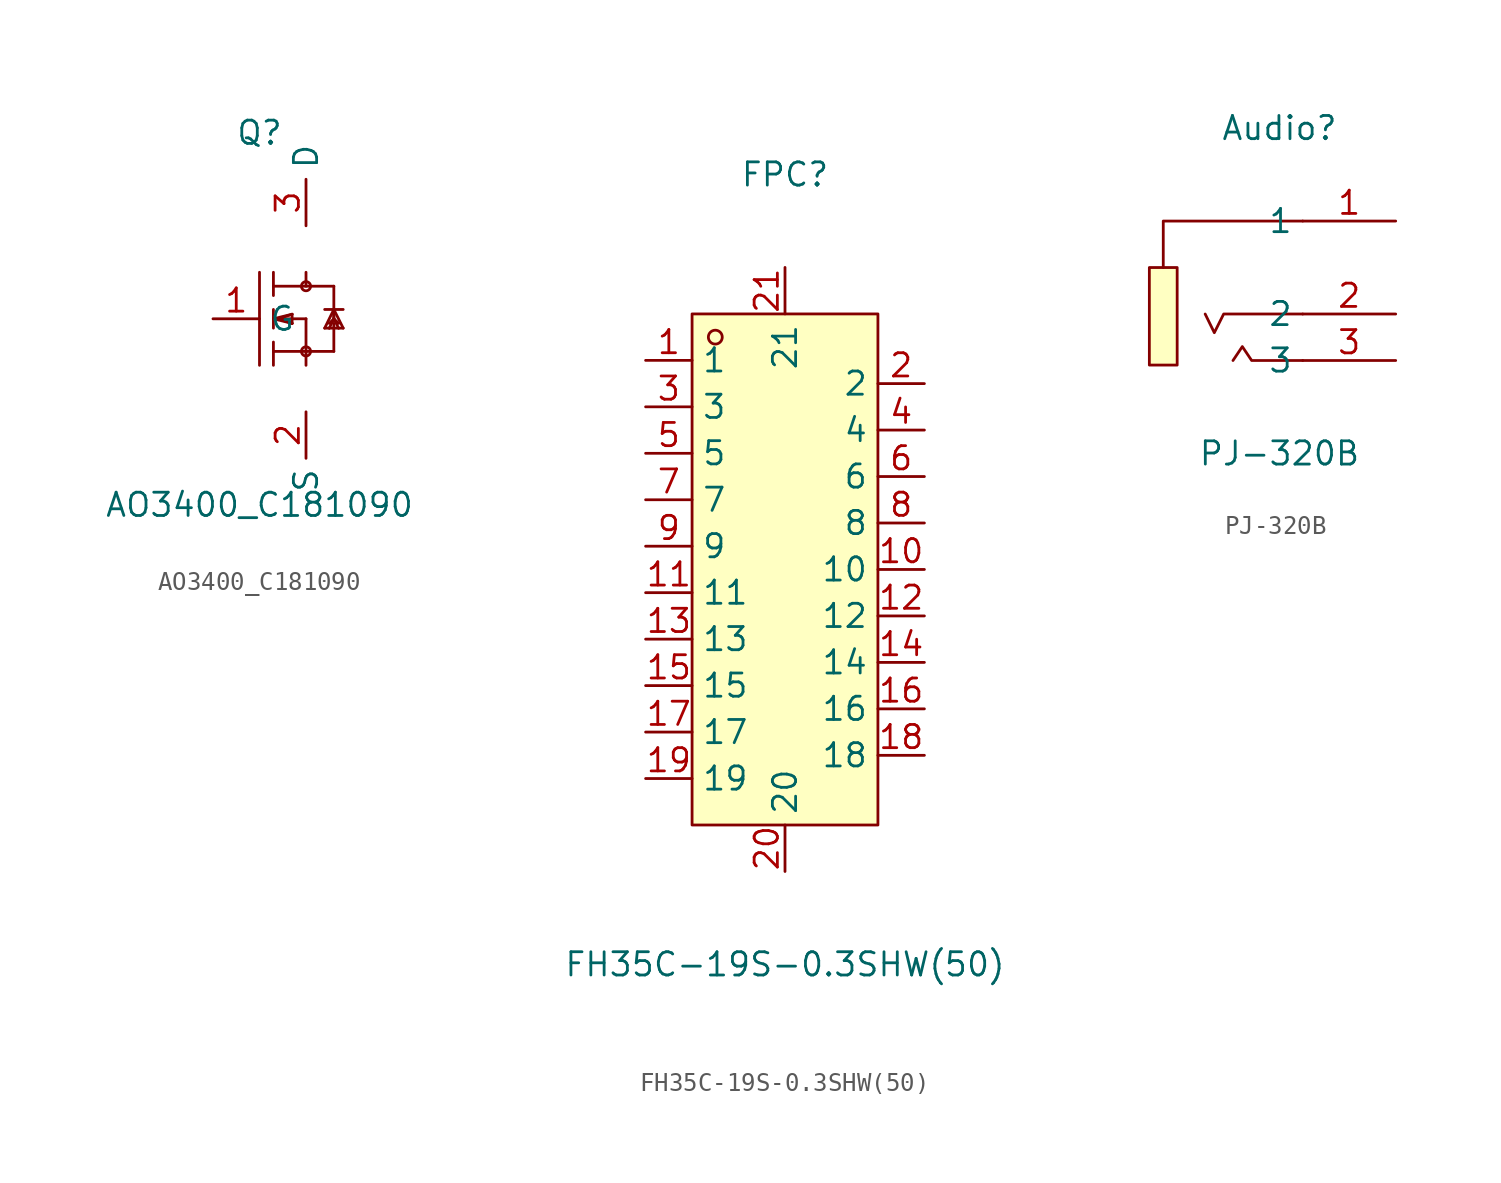
<source format=kicad_sym>
(kicad_symbol_lib
  (version 20211014)
  (generator https://github.com/uPesy/easyeda2kicad.py)
  (symbol "AO3400_C181090"
    (property "Reference" "Q"
      (at 0 10.16 0)
      (effects (font (size 1.27 1.27))))
    (property "Value" "AO3400_C181090"
      (at 0 -10.16 0)
      (effects (font (size 1.27 1.27))))
    (symbol "AO3400_C181090_0_1"
      (circle (center 2.54 1.78) (radius 0.25) (stroke (width 0) (type default) (color 0 0 0 0)) (fill (type none)))
      (circle (center 2.54 -1.78) (radius 0.25) (stroke (width 0) (type default) (color 0 0 0 0)) (fill (type none)))
      (polyline (pts (xy 2.54 2.54) (xy 2.54 1.78)) (stroke (width 0) (type default) (color 0 0 0 0)) (fill (type none)))
      (polyline (pts (xy 2.54 -1.78) (xy 2.54 -2.54)) (stroke (width 0) (type default) (color 0 0 0 0)) (fill (type none)))
      (polyline (pts (xy 4.06 1.78) (xy 4.06 -0.00)) (stroke (width 0) (type default) (color 0 0 0 0)) (fill (type none)))
      (polyline (pts (xy 4.06 -0.25) (xy 4.06 -1.78)) (stroke (width 0) (type default) (color 0 0 0 0)) (fill (type none)))
      (polyline (pts (xy 4.06 -1.78) (xy 2.54 -1.78)) (stroke (width 0) (type default) (color 0 0 0 0)) (fill (type none)))
      (polyline (pts (xy 0.76 2.54) (xy 0.76 1.78)) (stroke (width 0) (type default) (color 0 0 0 0)) (fill (type none)))
      (polyline (pts (xy 0.76 1.78) (xy 0.76 1.27)) (stroke (width 0) (type default) (color 0 0 0 0)) (fill (type none)))
      (polyline (pts (xy 0.76 0.51) (xy 0.76 -0.00)) (stroke (width 0) (type default) (color 0 0 0 0)) (fill (type none)))
      (polyline (pts (xy 0.76 -0.00) (xy 0.76 -0.51)) (stroke (width 0) (type default) (color 0 0 0 0)) (fill (type none)))
      (polyline (pts (xy 0.76 -2.54) (xy 0.76 -1.78)) (stroke (width 0) (type default) (color 0 0 0 0)) (fill (type none)))
      (polyline (pts (xy 0.76 -1.78) (xy 0.76 -1.27)) (stroke (width 0) (type default) (color 0 0 0 0)) (fill (type none)))
      (polyline (pts (xy 0.00 2.54) (xy 0.00 -2.54)) (stroke (width 0) (type default) (color 0 0 0 0)) (fill (type none)))
      (polyline (pts (xy 1.02 -0.00) (xy 2.54 -0.00)) (stroke (width 0) (type default) (color 0 0 0 0)) (fill (type none)))
      (polyline (pts (xy 2.54 -0.00) (xy 2.54 -1.78)) (stroke (width 0) (type default) (color 0 0 0 0)) (fill (type none)))
      (polyline (pts (xy 0.76 1.78) (xy 4.06 1.78) (xy 4.06 1.78)) (stroke (width 0) (type default) (color 0 0 0 0)) (fill (type none)))
      (polyline (pts (xy 0.76 -1.78) (xy 2.54 -1.78)) (stroke (width 0) (type default) (color 0 0 0 0)) (fill (type none)))
      (polyline (pts (xy 1.02 -0.00) (xy 0.76 -0.00)) (stroke (width 0) (type default) (color 0 0 0 0)) (fill (type none)))
      (polyline (pts (xy 0.76 -0.00) (xy 1.78 -0.25)) (stroke (width 0) (type default) (color 0 0 0 0)) (fill (type none)))
      (polyline (pts (xy 0.76 -0.00) (xy 1.78 0.25)) (stroke (width 0) (type default) (color 0 0 0 0)) (fill (type none)))
      (polyline (pts (xy 1.78 -0.25) (xy 1.78 0.25)) (stroke (width 0) (type default) (color 0 0 0 0)) (fill (type none)))
      (polyline (pts (xy 1.78 0.25) (xy 1.02 -0.00)) (stroke (width 0) (type default) (color 0 0 0 0)) (fill (type none)))
      (polyline (pts (xy 1.02 -0.00) (xy 1.78 -0.25)) (stroke (width 0) (type default) (color 0 0 0 0)) (fill (type none)))
      (polyline (pts (xy 1.78 -0.25) (xy 1.27 -0.00)) (stroke (width 0) (type default) (color 0 0 0 0)) (fill (type none)))
      (polyline (pts (xy 4.06 -0.00) (xy 4.06 0.51)) (stroke (width 0) (type default) (color 0 0 0 0)) (fill (type none)))
      (polyline (pts (xy 4.57 -0.51) (xy 4.32 -0.51)) (stroke (width 0) (type default) (color 0 0 0 0)) (fill (type none)))
      (polyline (pts (xy 4.32 -0.51) (xy 3.81 -0.51)) (stroke (width 0) (type default) (color 0 0 0 0)) (fill (type none)))
      (polyline (pts (xy 3.81 -0.51) (xy 3.56 -0.51)) (stroke (width 0) (type default) (color 0 0 0 0)) (fill (type none)))
      (polyline (pts (xy 4.06 0.51) (xy 4.57 -0.51)) (stroke (width 0) (type default) (color 0 0 0 0)) (fill (type none)))
      (polyline (pts (xy 4.57 0.51) (xy 4.06 0.51)) (stroke (width 0) (type default) (color 0 0 0 0)) (fill (type none)))
      (polyline (pts (xy 4.06 0.51) (xy 3.56 0.51)) (stroke (width 0) (type default) (color 0 0 0 0)) (fill (type none)))
      (polyline (pts (xy 4.32 -0.51) (xy 4.06 -0.00)) (stroke (width 0) (type default) (color 0 0 0 0)) (fill (type none)))
      (polyline (pts (xy 4.06 -0.00) (xy 3.81 -0.51)) (stroke (width 0) (type default) (color 0 0 0 0)) (fill (type none)))
      (polyline (pts (xy 4.32 -0.25) (xy 4.06 -0.00)) (stroke (width 0) (type default) (color 0 0 0 0)) (fill (type none)))
      (polyline (pts (xy 4.06 -0.00) (xy 3.81 -0.25)) (stroke (width 0) (type default) (color 0 0 0 0)) (fill (type none)))
      (polyline (pts (xy 3.56 -0.51) (xy 4.06 0.51)) (stroke (width 0) (type default) (color 0 0 0 0)) (fill (type none)))
      (pin unspecified line (at -2.54 -0.00 0) (length 2.54) (name "G" (effects (font (size 1.27 1.27)))) (number "1" (effects (font (size 1.27 1.27)))))
      (pin unspecified line (at 2.54 -5.08 270) (length 2.54) (name "S" (effects (font (size 1.27 1.27)))) (number "2" (effects (font (size 1.27 1.27)))))
      (pin unspecified line (at 2.54 5.08 90) (length 2.54) (name "D" (effects (font (size 1.27 1.27)))) (number "3" (effects (font (size 1.27 1.27)))))))
  (symbol "FH35C-19S-0.3SHW(50)"
    (property "Reference" "FPC"
      (at 0 21.59 0)
      (effects (font (size 1.27 1.27))))
    (property "Value" "FH35C-19S-0.3SHW(50)"
      (at 0 -21.59 0)
      (effects (font (size 1.27 1.27))))
    (symbol "FH35C-19S-0.3SHW(50)_0_1"
      (rectangle (start -5.08 13.97) (end 5.08 -13.97) (stroke (width 0) (type default) (color 0 0 0 0)) (fill (type background)))
      (circle (center -3.81 12.70) (radius 0.38) (stroke (width 0) (type default) (color 0 0 0 0)) (fill (type none)))
      (pin unspecified line (at -7.62 11.43 0) (length 2.54) (name "1" (effects (font (size 1.27 1.27)))) (number "1" (effects (font (size 1.27 1.27)))))
      (pin unspecified line (at 0.00 -16.51 90) (length 2.54) (name "20" (effects (font (size 1.27 1.27)))) (number "20" (effects (font (size 1.27 1.27)))))
      (pin unspecified line (at -7.62 8.89 0) (length 2.54) (name "3" (effects (font (size 1.27 1.27)))) (number "3" (effects (font (size 1.27 1.27)))))
      (pin unspecified line (at 7.62 -10.16 180) (length 2.54) (name "18" (effects (font (size 1.27 1.27)))) (number "18" (effects (font (size 1.27 1.27)))))
      (pin unspecified line (at -7.62 6.35 0) (length 2.54) (name "5" (effects (font (size 1.27 1.27)))) (number "5" (effects (font (size 1.27 1.27)))))
      (pin unspecified line (at 7.62 -7.62 180) (length 2.54) (name "16" (effects (font (size 1.27 1.27)))) (number "16" (effects (font (size 1.27 1.27)))))
      (pin unspecified line (at -7.62 3.81 0) (length 2.54) (name "7" (effects (font (size 1.27 1.27)))) (number "7" (effects (font (size 1.27 1.27)))))
      (pin unspecified line (at 7.62 -5.08 180) (length 2.54) (name "14" (effects (font (size 1.27 1.27)))) (number "14" (effects (font (size 1.27 1.27)))))
      (pin unspecified line (at -7.62 1.27 0) (length 2.54) (name "9" (effects (font (size 1.27 1.27)))) (number "9" (effects (font (size 1.27 1.27)))))
      (pin unspecified line (at 7.62 -2.54 180) (length 2.54) (name "12" (effects (font (size 1.27 1.27)))) (number "12" (effects (font (size 1.27 1.27)))))
      (pin unspecified line (at -7.62 -1.27 0) (length 2.54) (name "11" (effects (font (size 1.27 1.27)))) (number "11" (effects (font (size 1.27 1.27)))))
      (pin unspecified line (at 7.62 -0.00 180) (length 2.54) (name "10" (effects (font (size 1.27 1.27)))) (number "10" (effects (font (size 1.27 1.27)))))
      (pin unspecified line (at -7.62 -3.81 0) (length 2.54) (name "13" (effects (font (size 1.27 1.27)))) (number "13" (effects (font (size 1.27 1.27)))))
      (pin unspecified line (at 7.62 2.54 180) (length 2.54) (name "8" (effects (font (size 1.27 1.27)))) (number "8" (effects (font (size 1.27 1.27)))))
      (pin unspecified line (at -7.62 -6.35 0) (length 2.54) (name "15" (effects (font (size 1.27 1.27)))) (number "15" (effects (font (size 1.27 1.27)))))
      (pin unspecified line (at 7.62 5.08 180) (length 2.54) (name "6" (effects (font (size 1.27 1.27)))) (number "6" (effects (font (size 1.27 1.27)))))
      (pin unspecified line (at -7.62 -8.89 0) (length 2.54) (name "17" (effects (font (size 1.27 1.27)))) (number "17" (effects (font (size 1.27 1.27)))))
      (pin unspecified line (at 7.62 7.62 180) (length 2.54) (name "4" (effects (font (size 1.27 1.27)))) (number "4" (effects (font (size 1.27 1.27)))))
      (pin unspecified line (at -7.62 -11.43 0) (length 2.54) (name "19" (effects (font (size 1.27 1.27)))) (number "19" (effects (font (size 1.27 1.27)))))
      (pin unspecified line (at 7.62 10.16 180) (length 2.54) (name "2" (effects (font (size 1.27 1.27)))) (number "2" (effects (font (size 1.27 1.27)))))
      (pin unspecified line (at 0.00 16.51 270) (length 2.54) (name "21" (effects (font (size 1.27 1.27)))) (number "21" (effects (font (size 1.27 1.27)))))))
  (symbol "PJ-320B"
    (property "Reference" "Audio"
      (at 0 7.62 0)
      (effects (font (size 1.27 1.27))))
    (property "Value" "PJ-320B"
      (at 0 -10.16 0)
      (effects (font (size 1.27 1.27))))
    (symbol "PJ-320B_0_1"
      (rectangle (start -7.11 -0.00) (end -5.59 -5.33) (stroke (width 0) (type default) (color 0 0 0 0)) (fill (type background)))
      (polyline (pts (xy 1.27 2.54) (xy -6.35 2.54) (xy -6.35 -0.00)) (stroke (width 0) (type default) (color 0 0 0 0)) (fill (type none)))
      (polyline (pts (xy 1.27 -2.54) (xy -3.05 -2.54) (xy -3.56 -3.56) (xy -4.06 -2.54)) (stroke (width 0) (type default) (color 0 0 0 0)) (fill (type none)))
      (polyline (pts (xy 1.27 -5.08) (xy -1.52 -5.08) (xy -2.03 -4.32) (xy -2.54 -5.08)) (stroke (width 0) (type default) (color 0 0 0 0)) (fill (type none)))
      (pin unspecified line (at 6.35 2.54 180) (length 5.08) (name "1" (effects (font (size 1.27 1.27)))) (number "1" (effects (font (size 1.27 1.27)))))
      (pin unspecified line (at 6.35 -2.54 180) (length 5.08) (name "2" (effects (font (size 1.27 1.27)))) (number "2" (effects (font (size 1.27 1.27)))))
      (pin unspecified line (at 6.35 -5.08 180) (length 5.08) (name "3" (effects (font (size 1.27 1.27)))) (number "3" (effects (font (size 1.27 1.27))))))))
</source>
